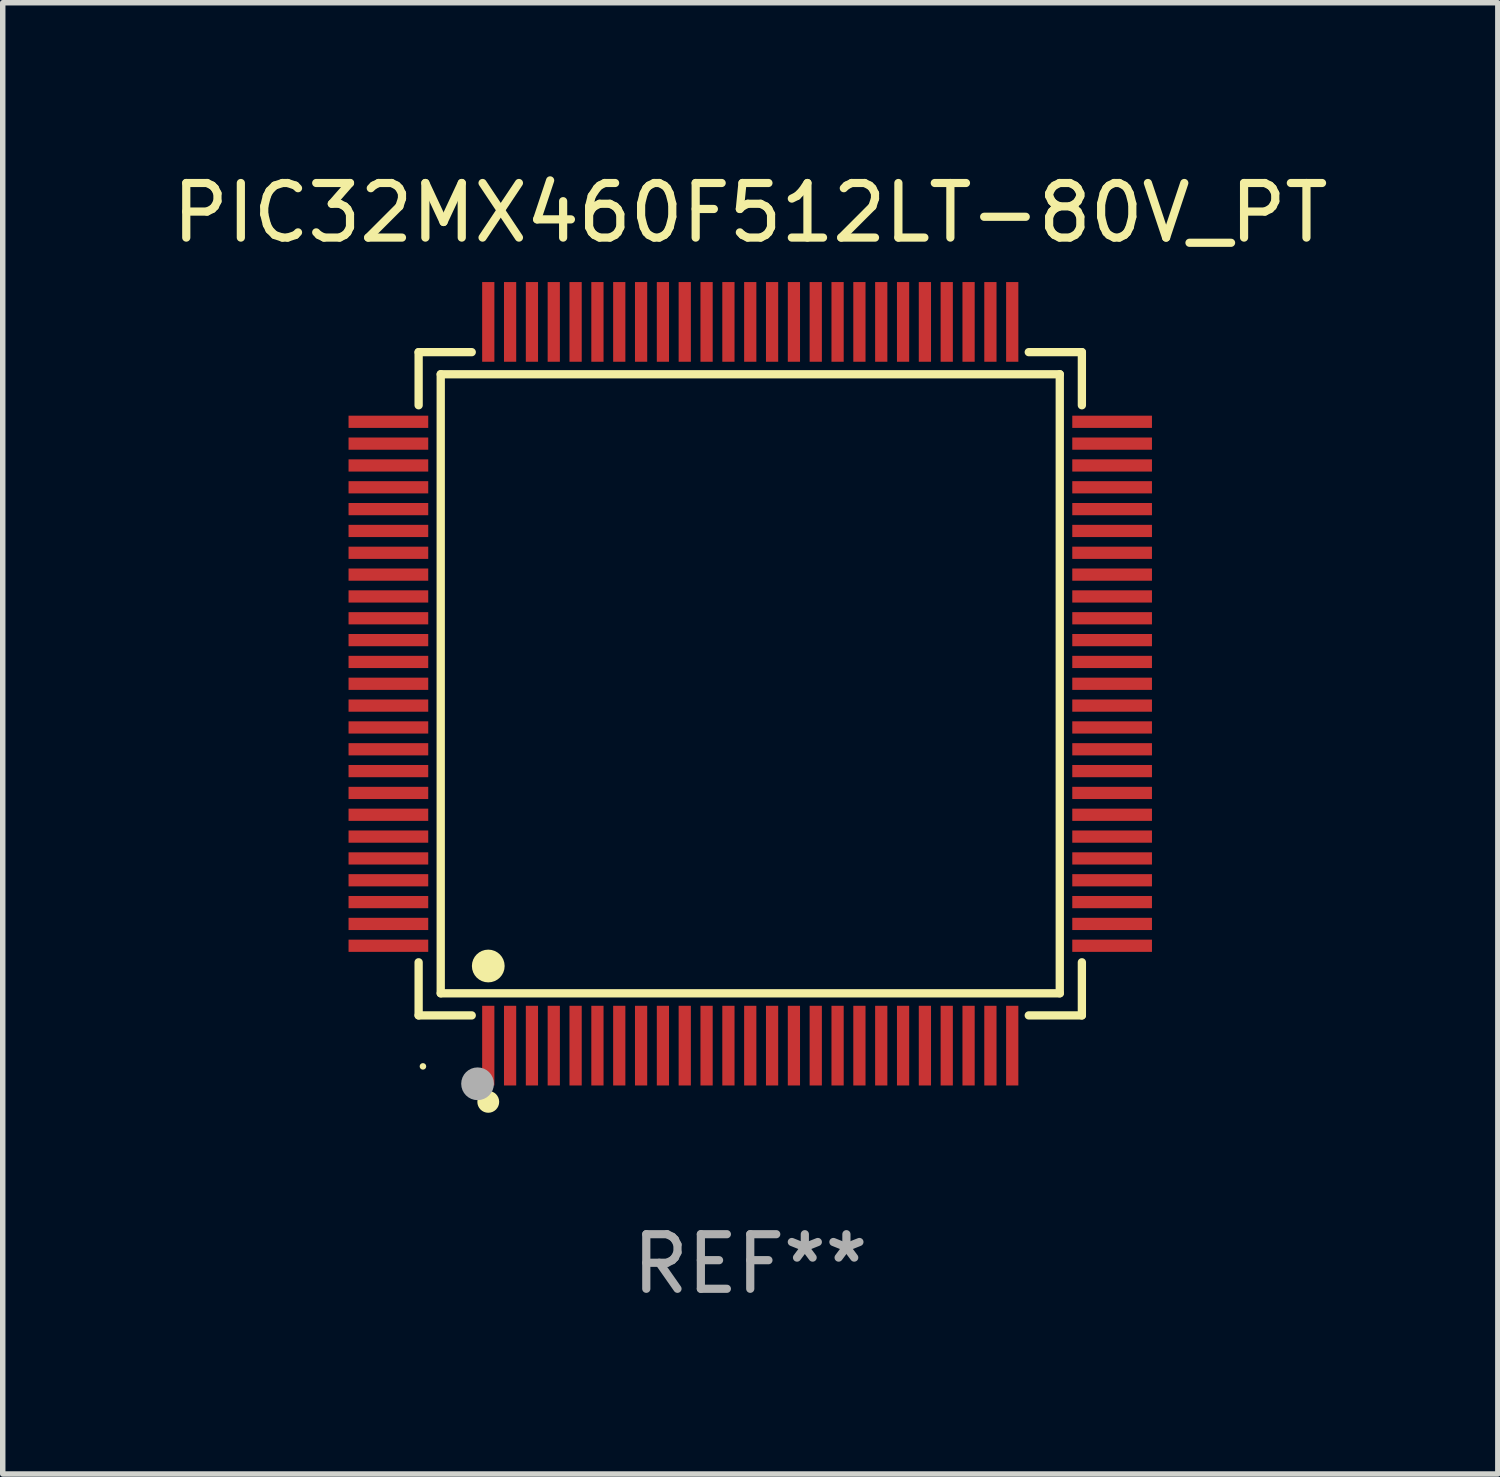
<source format=kicad_pcb>
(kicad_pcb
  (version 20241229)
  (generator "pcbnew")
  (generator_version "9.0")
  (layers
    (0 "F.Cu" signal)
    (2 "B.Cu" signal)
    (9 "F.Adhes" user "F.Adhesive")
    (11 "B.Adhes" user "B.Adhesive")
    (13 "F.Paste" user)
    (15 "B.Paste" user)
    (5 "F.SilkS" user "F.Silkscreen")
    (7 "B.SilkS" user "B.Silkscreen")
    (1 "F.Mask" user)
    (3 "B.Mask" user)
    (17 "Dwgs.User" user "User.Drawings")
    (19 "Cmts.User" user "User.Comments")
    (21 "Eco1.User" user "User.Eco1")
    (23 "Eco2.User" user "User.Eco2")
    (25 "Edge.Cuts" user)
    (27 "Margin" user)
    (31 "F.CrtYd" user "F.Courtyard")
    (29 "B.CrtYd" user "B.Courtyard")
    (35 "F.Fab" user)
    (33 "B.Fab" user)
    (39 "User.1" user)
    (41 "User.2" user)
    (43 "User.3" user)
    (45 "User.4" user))
  (footprint "PIC32MX460F512LT-80V_PT"
    (layer "F.Cu")
    (at 10.696 9.478)
    (property "Reference" "PIC32MX460F512LT-80V_PT" (at 0 -8.63 0) (layer "F.SilkS") (effects (font (size 1 1) (thickness 0.15))))
    (attr through_hole)
    (fp_line (start -6.076 -6.076) (end -5.103 -6.076) (stroke (width 0.152) (type solid)) (layer "F.SilkS"))
    (fp_line (start -6.076 -5.103) (end -6.076 -6.076) (stroke (width 0.152) (type solid)) (layer "F.SilkS"))
    (fp_line (start -6.076 5.103) (end -6.076 6.076) (stroke (width 0.152) (type solid)) (layer "F.SilkS"))
    (fp_line (start -6.076 6.076) (end -5.103 6.076) (stroke (width 0.152) (type solid)) (layer "F.SilkS"))
    (fp_line (start -5.671 -5.671) (end 5.671 -5.671) (stroke (width 0.152) (type solid)) (layer "F.SilkS"))
    (fp_line (start -5.671 5.671) (end -5.671 -5.671) (stroke (width 0.152) (type solid)) (layer "F.SilkS"))
    (fp_line (start 5.671 -5.671) (end 5.671 5.671) (stroke (width 0.152) (type solid)) (layer "F.SilkS"))
    (fp_line (start 5.671 5.671) (end -5.671 5.671) (stroke (width 0.152) (type solid)) (layer "F.SilkS"))
    (fp_line (start 6.076 -6.076) (end 5.103 -6.076) (stroke (width 0.152) (type solid)) (layer "F.SilkS"))
    (fp_line (start 6.076 -5.103) (end 6.076 -6.076) (stroke (width 0.152) (type solid)) (layer "F.SilkS"))
    (fp_line (start 6.076 5.103) (end 6.076 6.076) (stroke (width 0.152) (type solid)) (layer "F.SilkS"))
    (fp_line (start 6.076 6.076) (end 5.103 6.076) (stroke (width 0.152) (type solid)) (layer "F.SilkS"))
    (fp_circle (center -5.997 7.01) (end -5.967 7.01) (stroke (width 0.06) (type solid)) (fill no) (layer "F.SilkS"))
    (fp_circle (center -4.8 5.171) (end -4.65 5.171) (stroke (width 0.3) (type solid)) (fill no) (layer "F.SilkS"))
    (fp_circle (center -4.8 7.66) (end -4.7 7.66) (stroke (width 0.2) (type solid)) (fill no) (layer "F.SilkS"))
    (fp_circle (center -4.996 7.329) (end -4.846 7.329) (stroke (width 0.3) (type solid)) (fill no) (layer "F.Fab"))
    (fp_text user "REF**" (at 0 10.63 0) (layer "F.Fab") (effects (font (size 1 1) (thickness 0.15))))
    (pad "1" smd rect (at -4.8 6.63) (size 0.224 1.46) (layers "F.Cu" "F.Mask" "F.Paste"))
    (pad "2" smd rect (at -4.4 6.63) (size 0.224 1.46) (layers "F.Cu" "F.Mask" "F.Paste"))
    (pad "3" smd rect (at -4 6.63) (size 0.224 1.46) (layers "F.Cu" "F.Mask" "F.Paste"))
    (pad "4" smd rect (at -3.6 6.63) (size 0.224 1.46) (layers "F.Cu" "F.Mask" "F.Paste"))
    (pad "5" smd rect (at -3.2 6.63) (size 0.224 1.46) (layers "F.Cu" "F.Mask" "F.Paste"))
    (pad "6" smd rect (at -2.8 6.63) (size 0.224 1.46) (layers "F.Cu" "F.Mask" "F.Paste"))
    (pad "7" smd rect (at -2.4 6.63) (size 0.224 1.46) (layers "F.Cu" "F.Mask" "F.Paste"))
    (pad "8" smd rect (at -2 6.63) (size 0.224 1.46) (layers "F.Cu" "F.Mask" "F.Paste"))
    (pad "9" smd rect (at -1.6 6.63) (size 0.224 1.46) (layers "F.Cu" "F.Mask" "F.Paste"))
    (pad "10" smd rect (at -1.2 6.63) (size 0.224 1.46) (layers "F.Cu" "F.Mask" "F.Paste"))
    (pad "11" smd rect (at -0.8 6.63) (size 0.224 1.46) (layers "F.Cu" "F.Mask" "F.Paste"))
    (pad "12" smd rect (at -0.4 6.63) (size 0.224 1.46) (layers "F.Cu" "F.Mask" "F.Paste"))
    (pad "13" smd rect (at 0 6.63) (size 0.224 1.46) (layers "F.Cu" "F.Mask" "F.Paste"))
    (pad "14" smd rect (at 0.4 6.63) (size 0.224 1.46) (layers "F.Cu" "F.Mask" "F.Paste"))
    (pad "15" smd rect (at 0.8 6.63) (size 0.224 1.46) (layers "F.Cu" "F.Mask" "F.Paste"))
    (pad "16" smd rect (at 1.2 6.63) (size 0.224 1.46) (layers "F.Cu" "F.Mask" "F.Paste"))
    (pad "17" smd rect (at 1.6 6.63) (size 0.224 1.46) (layers "F.Cu" "F.Mask" "F.Paste"))
    (pad "18" smd rect (at 2 6.63) (size 0.224 1.46) (layers "F.Cu" "F.Mask" "F.Paste"))
    (pad "19" smd rect (at 2.4 6.63) (size 0.224 1.46) (layers "F.Cu" "F.Mask" "F.Paste"))
    (pad "20" smd rect (at 2.8 6.63) (size 0.224 1.46) (layers "F.Cu" "F.Mask" "F.Paste"))
    (pad "21" smd rect (at 3.2 6.63) (size 0.224 1.46) (layers "F.Cu" "F.Mask" "F.Paste"))
    (pad "22" smd rect (at 3.6 6.63) (size 0.224 1.46) (layers "F.Cu" "F.Mask" "F.Paste"))
    (pad "23" smd rect (at 4 6.63) (size 0.224 1.46) (layers "F.Cu" "F.Mask" "F.Paste"))
    (pad "24" smd rect (at 4.4 6.63) (size 0.224 1.46) (layers "F.Cu" "F.Mask" "F.Paste"))
    (pad "25" smd rect (at 4.8 6.63) (size 0.224 1.46) (layers "F.Cu" "F.Mask" "F.Paste"))
    (pad "26" smd rect (at 6.63 4.8) (size 1.46 0.224) (layers "F.Cu" "F.Mask" "F.Paste"))
    (pad "27" smd rect (at 6.63 4.4) (size 1.46 0.224) (layers "F.Cu" "F.Mask" "F.Paste"))
    (pad "28" smd rect (at 6.63 4) (size 1.46 0.224) (layers "F.Cu" "F.Mask" "F.Paste"))
    (pad "29" smd rect (at 6.63 3.6) (size 1.46 0.224) (layers "F.Cu" "F.Mask" "F.Paste"))
    (pad "30" smd rect (at 6.63 3.2) (size 1.46 0.224) (layers "F.Cu" "F.Mask" "F.Paste"))
    (pad "31" smd rect (at 6.63 2.8) (size 1.46 0.224) (layers "F.Cu" "F.Mask" "F.Paste"))
    (pad "32" smd rect (at 6.63 2.4) (size 1.46 0.224) (layers "F.Cu" "F.Mask" "F.Paste"))
    (pad "33" smd rect (at 6.63 2) (size 1.46 0.224) (layers "F.Cu" "F.Mask" "F.Paste"))
    (pad "34" smd rect (at 6.63 1.6) (size 1.46 0.224) (layers "F.Cu" "F.Mask" "F.Paste"))
    (pad "35" smd rect (at 6.63 1.2) (size 1.46 0.224) (layers "F.Cu" "F.Mask" "F.Paste"))
    (pad "36" smd rect (at 6.63 0.8) (size 1.46 0.224) (layers "F.Cu" "F.Mask" "F.Paste"))
    (pad "37" smd rect (at 6.63 0.4) (size 1.46 0.224) (layers "F.Cu" "F.Mask" "F.Paste"))
    (pad "38" smd rect (at 6.63 0) (size 1.46 0.224) (layers "F.Cu" "F.Mask" "F.Paste"))
    (pad "39" smd rect (at 6.63 -0.4) (size 1.46 0.224) (layers "F.Cu" "F.Mask" "F.Paste"))
    (pad "40" smd rect (at 6.63 -0.8) (size 1.46 0.224) (layers "F.Cu" "F.Mask" "F.Paste"))
    (pad "41" smd rect (at 6.63 -1.2) (size 1.46 0.224) (layers "F.Cu" "F.Mask" "F.Paste"))
    (pad "42" smd rect (at 6.63 -1.6) (size 1.46 0.224) (layers "F.Cu" "F.Mask" "F.Paste"))
    (pad "43" smd rect (at 6.63 -2) (size 1.46 0.224) (layers "F.Cu" "F.Mask" "F.Paste"))
    (pad "44" smd rect (at 6.63 -2.4) (size 1.46 0.224) (layers "F.Cu" "F.Mask" "F.Paste"))
    (pad "45" smd rect (at 6.63 -2.8) (size 1.46 0.224) (layers "F.Cu" "F.Mask" "F.Paste"))
    (pad "46" smd rect (at 6.63 -3.2) (size 1.46 0.224) (layers "F.Cu" "F.Mask" "F.Paste"))
    (pad "47" smd rect (at 6.63 -3.6) (size 1.46 0.224) (layers "F.Cu" "F.Mask" "F.Paste"))
    (pad "48" smd rect (at 6.63 -4) (size 1.46 0.224) (layers "F.Cu" "F.Mask" "F.Paste"))
    (pad "49" smd rect (at 6.63 -4.4) (size 1.46 0.224) (layers "F.Cu" "F.Mask" "F.Paste"))
    (pad "50" smd rect (at 6.63 -4.8) (size 1.46 0.224) (layers "F.Cu" "F.Mask" "F.Paste"))
    (pad "51" smd rect (at 4.8 -6.63) (size 0.224 1.46) (layers "F.Cu" "F.Mask" "F.Paste"))
    (pad "52" smd rect (at 4.4 -6.63) (size 0.224 1.46) (layers "F.Cu" "F.Mask" "F.Paste"))
    (pad "53" smd rect (at 4 -6.63) (size 0.224 1.46) (layers "F.Cu" "F.Mask" "F.Paste"))
    (pad "54" smd rect (at 3.6 -6.63) (size 0.224 1.46) (layers "F.Cu" "F.Mask" "F.Paste"))
    (pad "55" smd rect (at 3.2 -6.63) (size 0.224 1.46) (layers "F.Cu" "F.Mask" "F.Paste"))
    (pad "56" smd rect (at 2.8 -6.63) (size 0.224 1.46) (layers "F.Cu" "F.Mask" "F.Paste"))
    (pad "57" smd rect (at 2.4 -6.63) (size 0.224 1.46) (layers "F.Cu" "F.Mask" "F.Paste"))
    (pad "58" smd rect (at 2 -6.63) (size 0.224 1.46) (layers "F.Cu" "F.Mask" "F.Paste"))
    (pad "59" smd rect (at 1.6 -6.63) (size 0.224 1.46) (layers "F.Cu" "F.Mask" "F.Paste"))
    (pad "60" smd rect (at 1.2 -6.63) (size 0.224 1.46) (layers "F.Cu" "F.Mask" "F.Paste"))
    (pad "61" smd rect (at 0.8 -6.63) (size 0.224 1.46) (layers "F.Cu" "F.Mask" "F.Paste"))
    (pad "62" smd rect (at 0.4 -6.63) (size 0.224 1.46) (layers "F.Cu" "F.Mask" "F.Paste"))
    (pad "63" smd rect (at 0 -6.63) (size 0.224 1.46) (layers "F.Cu" "F.Mask" "F.Paste"))
    (pad "64" smd rect (at -0.4 -6.63) (size 0.224 1.46) (layers "F.Cu" "F.Mask" "F.Paste"))
    (pad "65" smd rect (at -0.8 -6.63) (size 0.224 1.46) (layers "F.Cu" "F.Mask" "F.Paste"))
    (pad "66" smd rect (at -1.2 -6.63) (size 0.224 1.46) (layers "F.Cu" "F.Mask" "F.Paste"))
    (pad "67" smd rect (at -1.6 -6.63) (size 0.224 1.46) (layers "F.Cu" "F.Mask" "F.Paste"))
    (pad "68" smd rect (at -2 -6.63) (size 0.224 1.46) (layers "F.Cu" "F.Mask" "F.Paste"))
    (pad "69" smd rect (at -2.4 -6.63) (size 0.224 1.46) (layers "F.Cu" "F.Mask" "F.Paste"))
    (pad "70" smd rect (at -2.8 -6.63) (size 0.224 1.46) (layers "F.Cu" "F.Mask" "F.Paste"))
    (pad "71" smd rect (at -3.2 -6.63) (size 0.224 1.46) (layers "F.Cu" "F.Mask" "F.Paste"))
    (pad "72" smd rect (at -3.6 -6.63) (size 0.224 1.46) (layers "F.Cu" "F.Mask" "F.Paste"))
    (pad "73" smd rect (at -4 -6.63) (size 0.224 1.46) (layers "F.Cu" "F.Mask" "F.Paste"))
    (pad "74" smd rect (at -4.4 -6.63) (size 0.224 1.46) (layers "F.Cu" "F.Mask" "F.Paste"))
    (pad "75" smd rect (at -4.8 -6.63) (size 0.224 1.46) (layers "F.Cu" "F.Mask" "F.Paste"))
    (pad "76" smd rect (at -6.63 -4.8) (size 1.46 0.224) (layers "F.Cu" "F.Mask" "F.Paste"))
    (pad "77" smd rect (at -6.63 -4.4) (size 1.46 0.224) (layers "F.Cu" "F.Mask" "F.Paste"))
    (pad "78" smd rect (at -6.63 -4) (size 1.46 0.224) (layers "F.Cu" "F.Mask" "F.Paste"))
    (pad "79" smd rect (at -6.63 -3.6) (size 1.46 0.224) (layers "F.Cu" "F.Mask" "F.Paste"))
    (pad "80" smd rect (at -6.63 -3.2) (size 1.46 0.224) (layers "F.Cu" "F.Mask" "F.Paste"))
    (pad "81" smd rect (at -6.63 -2.8) (size 1.46 0.224) (layers "F.Cu" "F.Mask" "F.Paste"))
    (pad "82" smd rect (at -6.63 -2.4) (size 1.46 0.224) (layers "F.Cu" "F.Mask" "F.Paste"))
    (pad "83" smd rect (at -6.63 -2) (size 1.46 0.224) (layers "F.Cu" "F.Mask" "F.Paste"))
    (pad "84" smd rect (at -6.63 -1.6) (size 1.46 0.224) (layers "F.Cu" "F.Mask" "F.Paste"))
    (pad "85" smd rect (at -6.63 -1.2) (size 1.46 0.224) (layers "F.Cu" "F.Mask" "F.Paste"))
    (pad "86" smd rect (at -6.63 -0.8) (size 1.46 0.224) (layers "F.Cu" "F.Mask" "F.Paste"))
    (pad "87" smd rect (at -6.63 -0.4) (size 1.46 0.224) (layers "F.Cu" "F.Mask" "F.Paste"))
    (pad "88" smd rect (at -6.63 0) (size 1.46 0.224) (layers "F.Cu" "F.Mask" "F.Paste"))
    (pad "89" smd rect (at -6.63 0.4) (size 1.46 0.224) (layers "F.Cu" "F.Mask" "F.Paste"))
    (pad "90" smd rect (at -6.63 0.8) (size 1.46 0.224) (layers "F.Cu" "F.Mask" "F.Paste"))
    (pad "91" smd rect (at -6.63 1.2) (size 1.46 0.224) (layers "F.Cu" "F.Mask" "F.Paste"))
    (pad "92" smd rect (at -6.63 1.6) (size 1.46 0.224) (layers "F.Cu" "F.Mask" "F.Paste"))
    (pad "93" smd rect (at -6.63 2) (size 1.46 0.224) (layers "F.Cu" "F.Mask" "F.Paste"))
    (pad "94" smd rect (at -6.63 2.4) (size 1.46 0.224) (layers "F.Cu" "F.Mask" "F.Paste"))
    (pad "95" smd rect (at -6.63 2.8) (size 1.46 0.224) (layers "F.Cu" "F.Mask" "F.Paste"))
    (pad "96" smd rect (at -6.63 3.2) (size 1.46 0.224) (layers "F.Cu" "F.Mask" "F.Paste"))
    (pad "97" smd rect (at -6.63 3.6) (size 1.46 0.224) (layers "F.Cu" "F.Mask" "F.Paste"))
    (pad "98" smd rect (at -6.63 4) (size 1.46 0.224) (layers "F.Cu" "F.Mask" "F.Paste"))
    (pad "99" smd rect (at -6.63 4.4) (size 1.46 0.224) (layers "F.Cu" "F.Mask" "F.Paste"))
    (pad "100" smd rect (at -6.63 4.8) (size 1.46 0.224) (layers "F.Cu" "F.Mask" "F.Paste")))
  (gr_rect
    (start -3 -3)
    (end 24.393 23.956)
    (stroke (width 0.1) (type default))
    (fill no)
    (layer "Edge.Cuts")))
</source>
